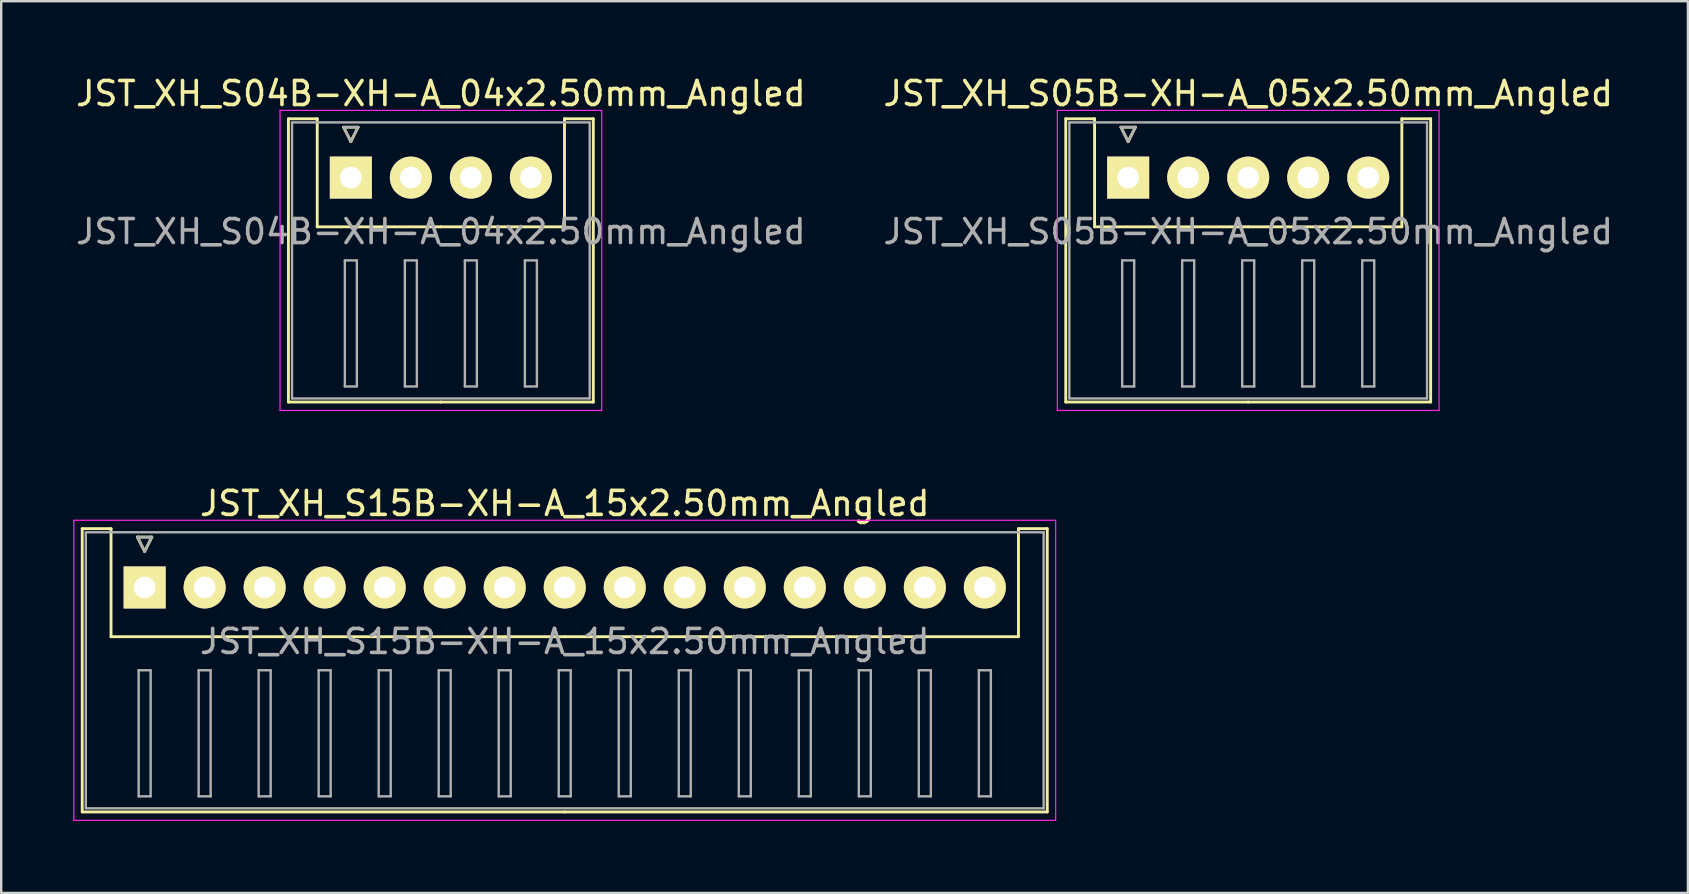
<source format=kicad_pcb>
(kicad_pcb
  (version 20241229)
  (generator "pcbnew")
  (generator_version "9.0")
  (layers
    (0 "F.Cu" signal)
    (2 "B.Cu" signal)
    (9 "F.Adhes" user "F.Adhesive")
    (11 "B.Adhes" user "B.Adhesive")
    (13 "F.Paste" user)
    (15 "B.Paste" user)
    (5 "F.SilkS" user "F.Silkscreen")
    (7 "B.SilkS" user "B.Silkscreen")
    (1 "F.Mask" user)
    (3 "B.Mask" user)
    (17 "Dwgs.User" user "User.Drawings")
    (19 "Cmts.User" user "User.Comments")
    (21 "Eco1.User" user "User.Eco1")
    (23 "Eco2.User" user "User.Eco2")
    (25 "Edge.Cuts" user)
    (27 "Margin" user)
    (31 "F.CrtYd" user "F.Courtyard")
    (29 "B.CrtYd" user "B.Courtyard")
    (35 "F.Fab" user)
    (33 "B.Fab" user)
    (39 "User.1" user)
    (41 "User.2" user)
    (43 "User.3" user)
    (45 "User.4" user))
  (footprint "JST_XH_S04B-XH-A_04x2.50mm_Angled"
    (layer "F.Cu")
    (at 11.565 4.348)
    (property "Reference" "JST_XH_S04B-XH-A_04x2.50mm_Angled" (at 3.75 -3.5 0) (layer "F.SilkS") (effects (font (size 1 1) (thickness 0.15))))
    (attr through_hole)
    (fp_line (start -2.6 -2.45) (end -1.4 -2.45) (stroke (width 0.12) (type solid)) (layer "F.SilkS"))
    (fp_line (start -2.6 9.35) (end -2.6 -2.45) (stroke (width 0.12) (type solid)) (layer "F.SilkS"))
    (fp_line (start -1.4 -2.45) (end -1.4 2.05) (stroke (width 0.12) (type solid)) (layer "F.SilkS"))
    (fp_line (start -1.4 2.05) (end 3.75 2.05) (stroke (width 0.12) (type solid)) (layer "F.SilkS"))
    (fp_line (start -0.3 -2.1) (end 0.3 -2.1) (stroke (width 0.12) (type solid)) (layer "F.SilkS"))
    (fp_line (start 0 -1.5) (end -0.3 -2.1) (stroke (width 0.12) (type solid)) (layer "F.SilkS"))
    (fp_line (start 0.3 -2.1) (end 0 -1.5) (stroke (width 0.12) (type solid)) (layer "F.SilkS"))
    (fp_line (start 3.75 9.35) (end -2.6 9.35) (stroke (width 0.12) (type solid)) (layer "F.SilkS"))
    (fp_line (start 3.75 9.35) (end 10.1 9.35) (stroke (width 0.12) (type solid)) (layer "F.SilkS"))
    (fp_line (start 8.9 -2.45) (end 8.9 2.05) (stroke (width 0.12) (type solid)) (layer "F.SilkS"))
    (fp_line (start 8.9 2.05) (end 3.75 2.05) (stroke (width 0.12) (type solid)) (layer "F.SilkS"))
    (fp_line (start 10.1 -2.45) (end 8.9 -2.45) (stroke (width 0.12) (type solid)) (layer "F.SilkS"))
    (fp_line (start 10.1 9.35) (end 10.1 -2.45) (stroke (width 0.12) (type solid)) (layer "F.SilkS"))
    (fp_line (start -2.95 -2.8) (end -2.95 9.7) (stroke (width 0.05) (type solid)) (layer "F.CrtYd"))
    (fp_line (start -2.95 9.7) (end 10.45 9.7) (stroke (width 0.05) (type solid)) (layer "F.CrtYd"))
    (fp_line (start 10.45 -2.8) (end -2.95 -2.8) (stroke (width 0.05) (type solid)) (layer "F.CrtYd"))
    (fp_line (start 10.45 9.7) (end 10.45 -2.8) (stroke (width 0.05) (type solid)) (layer "F.CrtYd"))
    (fp_line (start -2.45 -2.3) (end -2.45 9.2) (stroke (width 0.1) (type solid)) (layer "F.Fab"))
    (fp_line (start -2.45 9.2) (end 9.95 9.2) (stroke (width 0.1) (type solid)) (layer "F.Fab"))
    (fp_line (start -0.3 -2.1) (end 0.3 -2.1) (stroke (width 0.1) (type solid)) (layer "F.Fab"))
    (fp_line (start -0.25 3.45) (end -0.25 8.7) (stroke (width 0.1) (type solid)) (layer "F.Fab"))
    (fp_line (start -0.25 8.7) (end 0.25 8.7) (stroke (width 0.1) (type solid)) (layer "F.Fab"))
    (fp_line (start 0 -1.5) (end -0.3 -2.1) (stroke (width 0.1) (type solid)) (layer "F.Fab"))
    (fp_line (start 0.25 3.45) (end -0.25 3.45) (stroke (width 0.1) (type solid)) (layer "F.Fab"))
    (fp_line (start 0.25 8.7) (end 0.25 3.45) (stroke (width 0.1) (type solid)) (layer "F.Fab"))
    (fp_line (start 0.3 -2.1) (end 0 -1.5) (stroke (width 0.1) (type solid)) (layer "F.Fab"))
    (fp_line (start 2.25 3.45) (end 2.25 8.7) (stroke (width 0.1) (type solid)) (layer "F.Fab"))
    (fp_line (start 2.25 8.7) (end 2.75 8.7) (stroke (width 0.1) (type solid)) (layer "F.Fab"))
    (fp_line (start 2.75 3.45) (end 2.25 3.45) (stroke (width 0.1) (type solid)) (layer "F.Fab"))
    (fp_line (start 2.75 8.7) (end 2.75 3.45) (stroke (width 0.1) (type solid)) (layer "F.Fab"))
    (fp_line (start 4.75 3.45) (end 4.75 8.7) (stroke (width 0.1) (type solid)) (layer "F.Fab"))
    (fp_line (start 4.75 8.7) (end 5.25 8.7) (stroke (width 0.1) (type solid)) (layer "F.Fab"))
    (fp_line (start 5.25 3.45) (end 4.75 3.45) (stroke (width 0.1) (type solid)) (layer "F.Fab"))
    (fp_line (start 5.25 8.7) (end 5.25 3.45) (stroke (width 0.1) (type solid)) (layer "F.Fab"))
    (fp_line (start 7.25 3.45) (end 7.25 8.7) (stroke (width 0.1) (type solid)) (layer "F.Fab"))
    (fp_line (start 7.25 8.7) (end 7.75 8.7) (stroke (width 0.1) (type solid)) (layer "F.Fab"))
    (fp_line (start 7.75 3.45) (end 7.25 3.45) (stroke (width 0.1) (type solid)) (layer "F.Fab"))
    (fp_line (start 7.75 8.7) (end 7.75 3.45) (stroke (width 0.1) (type solid)) (layer "F.Fab"))
    (fp_line (start 9.95 -2.3) (end -2.45 -2.3) (stroke (width 0.1) (type solid)) (layer "F.Fab"))
    (fp_line (start 9.95 9.2) (end 9.95 -2.3) (stroke (width 0.1) (type solid)) (layer "F.Fab"))
    (fp_text user "${REFERENCE}" (at 3.75 2.25 0) (layer "F.Fab") (effects (font (size 1 1) (thickness 0.15))))
    (pad "1" thru_hole rect (at 0 0) (size 1.75 1.75) (drill 0.9) (layers "*.Cu" "*.Mask" "F.SilkS"))
    (pad "2" thru_hole circle (at 2.5 0) (size 1.75 1.75) (drill 0.9) (layers "*.Cu" "*.Mask" "F.SilkS"))
    (pad "3" thru_hole circle (at 5 0) (size 1.75 1.75) (drill 0.9) (layers "*.Cu" "*.Mask" "F.SilkS"))
    (pad "4" thru_hole circle (at 7.5 0) (size 1.75 1.75) (drill 0.9) (layers "*.Cu" "*.Mask" "F.SilkS")))
  (footprint "JST_XH_S15B-XH-A_15x2.50mm_Angled"
    (layer "F.Cu")
    (at 2.975 21.422)
    (property "Reference" "JST_XH_S15B-XH-A_15x2.50mm_Angled" (at 17.5 -3.5 0) (layer "F.SilkS") (effects (font (size 1 1) (thickness 0.15))))
    (attr through_hole)
    (fp_line (start -2.6 -2.45) (end -1.4 -2.45) (stroke (width 0.12) (type solid)) (layer "F.SilkS"))
    (fp_line (start -2.6 9.35) (end -2.6 -2.45) (stroke (width 0.12) (type solid)) (layer "F.SilkS"))
    (fp_line (start -1.4 -2.45) (end -1.4 2.05) (stroke (width 0.12) (type solid)) (layer "F.SilkS"))
    (fp_line (start -1.4 2.05) (end 17.5 2.05) (stroke (width 0.12) (type solid)) (layer "F.SilkS"))
    (fp_line (start -0.3 -2.1) (end 0.3 -2.1) (stroke (width 0.12) (type solid)) (layer "F.SilkS"))
    (fp_line (start 0 -1.5) (end -0.3 -2.1) (stroke (width 0.12) (type solid)) (layer "F.SilkS"))
    (fp_line (start 0.3 -2.1) (end 0 -1.5) (stroke (width 0.12) (type solid)) (layer "F.SilkS"))
    (fp_line (start 17.5 9.35) (end -2.6 9.35) (stroke (width 0.12) (type solid)) (layer "F.SilkS"))
    (fp_line (start 17.5 9.35) (end 37.6 9.35) (stroke (width 0.12) (type solid)) (layer "F.SilkS"))
    (fp_line (start 36.4 -2.45) (end 36.4 2.05) (stroke (width 0.12) (type solid)) (layer "F.SilkS"))
    (fp_line (start 36.4 2.05) (end 17.5 2.05) (stroke (width 0.12) (type solid)) (layer "F.SilkS"))
    (fp_line (start 37.6 -2.45) (end 36.4 -2.45) (stroke (width 0.12) (type solid)) (layer "F.SilkS"))
    (fp_line (start 37.6 9.35) (end 37.6 -2.45) (stroke (width 0.12) (type solid)) (layer "F.SilkS"))
    (fp_line (start -2.95 -2.8) (end -2.95 9.7) (stroke (width 0.05) (type solid)) (layer "F.CrtYd"))
    (fp_line (start -2.95 9.7) (end 37.95 9.7) (stroke (width 0.05) (type solid)) (layer "F.CrtYd"))
    (fp_line (start 37.95 -2.8) (end -2.95 -2.8) (stroke (width 0.05) (type solid)) (layer "F.CrtYd"))
    (fp_line (start 37.95 9.7) (end 37.95 -2.8) (stroke (width 0.05) (type solid)) (layer "F.CrtYd"))
    (fp_line (start -2.45 -2.3) (end -2.45 9.2) (stroke (width 0.1) (type solid)) (layer "F.Fab"))
    (fp_line (start -2.45 9.2) (end 37.45 9.2) (stroke (width 0.1) (type solid)) (layer "F.Fab"))
    (fp_line (start -0.3 -2.1) (end 0.3 -2.1) (stroke (width 0.1) (type solid)) (layer "F.Fab"))
    (fp_line (start -0.25 3.45) (end -0.25 8.7) (stroke (width 0.1) (type solid)) (layer "F.Fab"))
    (fp_line (start -0.25 8.7) (end 0.25 8.7) (stroke (width 0.1) (type solid)) (layer "F.Fab"))
    (fp_line (start 0 -1.5) (end -0.3 -2.1) (stroke (width 0.1) (type solid)) (layer "F.Fab"))
    (fp_line (start 0.25 3.45) (end -0.25 3.45) (stroke (width 0.1) (type solid)) (layer "F.Fab"))
    (fp_line (start 0.25 8.7) (end 0.25 3.45) (stroke (width 0.1) (type solid)) (layer "F.Fab"))
    (fp_line (start 0.3 -2.1) (end 0 -1.5) (stroke (width 0.1) (type solid)) (layer "F.Fab"))
    (fp_line (start 2.25 3.45) (end 2.25 8.7) (stroke (width 0.1) (type solid)) (layer "F.Fab"))
    (fp_line (start 2.25 8.7) (end 2.75 8.7) (stroke (width 0.1) (type solid)) (layer "F.Fab"))
    (fp_line (start 2.75 3.45) (end 2.25 3.45) (stroke (width 0.1) (type solid)) (layer "F.Fab"))
    (fp_line (start 2.75 8.7) (end 2.75 3.45) (stroke (width 0.1) (type solid)) (layer "F.Fab"))
    (fp_line (start 4.75 3.45) (end 4.75 8.7) (stroke (width 0.1) (type solid)) (layer "F.Fab"))
    (fp_line (start 4.75 8.7) (end 5.25 8.7) (stroke (width 0.1) (type solid)) (layer "F.Fab"))
    (fp_line (start 5.25 3.45) (end 4.75 3.45) (stroke (width 0.1) (type solid)) (layer "F.Fab"))
    (fp_line (start 5.25 8.7) (end 5.25 3.45) (stroke (width 0.1) (type solid)) (layer "F.Fab"))
    (fp_line (start 7.25 3.45) (end 7.25 8.7) (stroke (width 0.1) (type solid)) (layer "F.Fab"))
    (fp_line (start 7.25 8.7) (end 7.75 8.7) (stroke (width 0.1) (type solid)) (layer "F.Fab"))
    (fp_line (start 7.75 3.45) (end 7.25 3.45) (stroke (width 0.1) (type solid)) (layer "F.Fab"))
    (fp_line (start 7.75 8.7) (end 7.75 3.45) (stroke (width 0.1) (type solid)) (layer "F.Fab"))
    (fp_line (start 9.75 3.45) (end 9.75 8.7) (stroke (width 0.1) (type solid)) (layer "F.Fab"))
    (fp_line (start 9.75 8.7) (end 10.25 8.7) (stroke (width 0.1) (type solid)) (layer "F.Fab"))
    (fp_line (start 10.25 3.45) (end 9.75 3.45) (stroke (width 0.1) (type solid)) (layer "F.Fab"))
    (fp_line (start 10.25 8.7) (end 10.25 3.45) (stroke (width 0.1) (type solid)) (layer "F.Fab"))
    (fp_line (start 12.25 3.45) (end 12.25 8.7) (stroke (width 0.1) (type solid)) (layer "F.Fab"))
    (fp_line (start 12.25 8.7) (end 12.75 8.7) (stroke (width 0.1) (type solid)) (layer "F.Fab"))
    (fp_line (start 12.75 3.45) (end 12.25 3.45) (stroke (width 0.1) (type solid)) (layer "F.Fab"))
    (fp_line (start 12.75 8.7) (end 12.75 3.45) (stroke (width 0.1) (type solid)) (layer "F.Fab"))
    (fp_line (start 14.75 3.45) (end 14.75 8.7) (stroke (width 0.1) (type solid)) (layer "F.Fab"))
    (fp_line (start 14.75 8.7) (end 15.25 8.7) (stroke (width 0.1) (type solid)) (layer "F.Fab"))
    (fp_line (start 15.25 3.45) (end 14.75 3.45) (stroke (width 0.1) (type solid)) (layer "F.Fab"))
    (fp_line (start 15.25 8.7) (end 15.25 3.45) (stroke (width 0.1) (type solid)) (layer "F.Fab"))
    (fp_line (start 17.25 3.45) (end 17.25 8.7) (stroke (width 0.1) (type solid)) (layer "F.Fab"))
    (fp_line (start 17.25 8.7) (end 17.75 8.7) (stroke (width 0.1) (type solid)) (layer "F.Fab"))
    (fp_line (start 17.75 3.45) (end 17.25 3.45) (stroke (width 0.1) (type solid)) (layer "F.Fab"))
    (fp_line (start 17.75 8.7) (end 17.75 3.45) (stroke (width 0.1) (type solid)) (layer "F.Fab"))
    (fp_line (start 19.75 3.45) (end 19.75 8.7) (stroke (width 0.1) (type solid)) (layer "F.Fab"))
    (fp_line (start 19.75 8.7) (end 20.25 8.7) (stroke (width 0.1) (type solid)) (layer "F.Fab"))
    (fp_line (start 20.25 3.45) (end 19.75 3.45) (stroke (width 0.1) (type solid)) (layer "F.Fab"))
    (fp_line (start 20.25 8.7) (end 20.25 3.45) (stroke (width 0.1) (type solid)) (layer "F.Fab"))
    (fp_line (start 22.25 3.45) (end 22.25 8.7) (stroke (width 0.1) (type solid)) (layer "F.Fab"))
    (fp_line (start 22.25 8.7) (end 22.75 8.7) (stroke (width 0.1) (type solid)) (layer "F.Fab"))
    (fp_line (start 22.75 3.45) (end 22.25 3.45) (stroke (width 0.1) (type solid)) (layer "F.Fab"))
    (fp_line (start 22.75 8.7) (end 22.75 3.45) (stroke (width 0.1) (type solid)) (layer "F.Fab"))
    (fp_line (start 24.75 3.45) (end 24.75 8.7) (stroke (width 0.1) (type solid)) (layer "F.Fab"))
    (fp_line (start 24.75 8.7) (end 25.25 8.7) (stroke (width 0.1) (type solid)) (layer "F.Fab"))
    (fp_line (start 25.25 3.45) (end 24.75 3.45) (stroke (width 0.1) (type solid)) (layer "F.Fab"))
    (fp_line (start 25.25 8.7) (end 25.25 3.45) (stroke (width 0.1) (type solid)) (layer "F.Fab"))
    (fp_line (start 27.25 3.45) (end 27.25 8.7) (stroke (width 0.1) (type solid)) (layer "F.Fab"))
    (fp_line (start 27.25 8.7) (end 27.75 8.7) (stroke (width 0.1) (type solid)) (layer "F.Fab"))
    (fp_line (start 27.75 3.45) (end 27.25 3.45) (stroke (width 0.1) (type solid)) (layer "F.Fab"))
    (fp_line (start 27.75 8.7) (end 27.75 3.45) (stroke (width 0.1) (type solid)) (layer "F.Fab"))
    (fp_line (start 29.75 3.45) (end 29.75 8.7) (stroke (width 0.1) (type solid)) (layer "F.Fab"))
    (fp_line (start 29.75 8.7) (end 30.25 8.7) (stroke (width 0.1) (type solid)) (layer "F.Fab"))
    (fp_line (start 30.25 3.45) (end 29.75 3.45) (stroke (width 0.1) (type solid)) (layer "F.Fab"))
    (fp_line (start 30.25 8.7) (end 30.25 3.45) (stroke (width 0.1) (type solid)) (layer "F.Fab"))
    (fp_line (start 32.25 3.45) (end 32.25 8.7) (stroke (width 0.1) (type solid)) (layer "F.Fab"))
    (fp_line (start 32.25 8.7) (end 32.75 8.7) (stroke (width 0.1) (type solid)) (layer "F.Fab"))
    (fp_line (start 32.75 3.45) (end 32.25 3.45) (stroke (width 0.1) (type solid)) (layer "F.Fab"))
    (fp_line (start 32.75 8.7) (end 32.75 3.45) (stroke (width 0.1) (type solid)) (layer "F.Fab"))
    (fp_line (start 34.75 3.45) (end 34.75 8.7) (stroke (width 0.1) (type solid)) (layer "F.Fab"))
    (fp_line (start 34.75 8.7) (end 35.25 8.7) (stroke (width 0.1) (type solid)) (layer "F.Fab"))
    (fp_line (start 35.25 3.45) (end 34.75 3.45) (stroke (width 0.1) (type solid)) (layer "F.Fab"))
    (fp_line (start 35.25 8.7) (end 35.25 3.45) (stroke (width 0.1) (type solid)) (layer "F.Fab"))
    (fp_line (start 37.45 -2.3) (end -2.45 -2.3) (stroke (width 0.1) (type solid)) (layer "F.Fab"))
    (fp_line (start 37.45 9.2) (end 37.45 -2.3) (stroke (width 0.1) (type solid)) (layer "F.Fab"))
    (fp_text user "${REFERENCE}" (at 17.5 2.25 0) (layer "F.Fab") (effects (font (size 1 1) (thickness 0.15))))
    (pad "1" thru_hole rect (at 0 0) (size 1.75 1.75) (drill 0.9) (layers "*.Cu" "*.Mask" "F.SilkS"))
    (pad "2" thru_hole circle (at 2.5 0) (size 1.75 1.75) (drill 0.9) (layers "*.Cu" "*.Mask" "F.SilkS"))
    (pad "3" thru_hole circle (at 5 0) (size 1.75 1.75) (drill 0.9) (layers "*.Cu" "*.Mask" "F.SilkS"))
    (pad "4" thru_hole circle (at 7.5 0) (size 1.75 1.75) (drill 0.9) (layers "*.Cu" "*.Mask" "F.SilkS"))
    (pad "5" thru_hole circle (at 10 0) (size 1.75 1.75) (drill 0.9) (layers "*.Cu" "*.Mask" "F.SilkS"))
    (pad "6" thru_hole circle (at 12.5 0) (size 1.75 1.75) (drill 0.9) (layers "*.Cu" "*.Mask" "F.SilkS"))
    (pad "7" thru_hole circle (at 15 0) (size 1.75 1.75) (drill 0.9) (layers "*.Cu" "*.Mask" "F.SilkS"))
    (pad "8" thru_hole circle (at 17.5 0) (size 1.75 1.75) (drill 0.9) (layers "*.Cu" "*.Mask" "F.SilkS"))
    (pad "9" thru_hole circle (at 20 0) (size 1.75 1.75) (drill 0.9) (layers "*.Cu" "*.Mask" "F.SilkS"))
    (pad "10" thru_hole circle (at 22.5 0) (size 1.75 1.75) (drill 0.9) (layers "*.Cu" "*.Mask" "F.SilkS"))
    (pad "11" thru_hole circle (at 25 0) (size 1.75 1.75) (drill 0.9) (layers "*.Cu" "*.Mask" "F.SilkS"))
    (pad "12" thru_hole circle (at 27.5 0) (size 1.75 1.75) (drill 0.9) (layers "*.Cu" "*.Mask" "F.SilkS"))
    (pad "13" thru_hole circle (at 30 0) (size 1.75 1.75) (drill 0.9) (layers "*.Cu" "*.Mask" "F.SilkS"))
    (pad "14" thru_hole circle (at 32.5 0) (size 1.75 1.75) (drill 0.9) (layers "*.Cu" "*.Mask" "F.SilkS"))
    (pad "15" thru_hole circle (at 35 0) (size 1.75 1.75) (drill 0.9) (layers "*.Cu" "*.Mask" "F.SilkS")))
  (footprint "JST_XH_S05B-XH-A_05x2.50mm_Angled"
    (layer "F.Cu")
    (at 43.946 4.348)
    (property "Reference" "JST_XH_S05B-XH-A_05x2.50mm_Angled" (at 5 -3.5 0) (layer "F.SilkS") (effects (font (size 1 1) (thickness 0.15))))
    (attr through_hole)
    (fp_line (start -2.6 -2.45) (end -1.4 -2.45) (stroke (width 0.12) (type solid)) (layer "F.SilkS"))
    (fp_line (start -2.6 9.35) (end -2.6 -2.45) (stroke (width 0.12) (type solid)) (layer "F.SilkS"))
    (fp_line (start -1.4 -2.45) (end -1.4 2.05) (stroke (width 0.12) (type solid)) (layer "F.SilkS"))
    (fp_line (start -1.4 2.05) (end 5 2.05) (stroke (width 0.12) (type solid)) (layer "F.SilkS"))
    (fp_line (start -0.3 -2.1) (end 0.3 -2.1) (stroke (width 0.12) (type solid)) (layer "F.SilkS"))
    (fp_line (start 0 -1.5) (end -0.3 -2.1) (stroke (width 0.12) (type solid)) (layer "F.SilkS"))
    (fp_line (start 0.3 -2.1) (end 0 -1.5) (stroke (width 0.12) (type solid)) (layer "F.SilkS"))
    (fp_line (start 5 9.35) (end -2.6 9.35) (stroke (width 0.12) (type solid)) (layer "F.SilkS"))
    (fp_line (start 5 9.35) (end 12.6 9.35) (stroke (width 0.12) (type solid)) (layer "F.SilkS"))
    (fp_line (start 11.4 -2.45) (end 11.4 2.05) (stroke (width 0.12) (type solid)) (layer "F.SilkS"))
    (fp_line (start 11.4 2.05) (end 5 2.05) (stroke (width 0.12) (type solid)) (layer "F.SilkS"))
    (fp_line (start 12.6 -2.45) (end 11.4 -2.45) (stroke (width 0.12) (type solid)) (layer "F.SilkS"))
    (fp_line (start 12.6 9.35) (end 12.6 -2.45) (stroke (width 0.12) (type solid)) (layer "F.SilkS"))
    (fp_line (start -2.95 -2.8) (end -2.95 9.7) (stroke (width 0.05) (type solid)) (layer "F.CrtYd"))
    (fp_line (start -2.95 9.7) (end 12.95 9.7) (stroke (width 0.05) (type solid)) (layer "F.CrtYd"))
    (fp_line (start 12.95 -2.8) (end -2.95 -2.8) (stroke (width 0.05) (type solid)) (layer "F.CrtYd"))
    (fp_line (start 12.95 9.7) (end 12.95 -2.8) (stroke (width 0.05) (type solid)) (layer "F.CrtYd"))
    (fp_line (start -2.45 -2.3) (end -2.45 9.2) (stroke (width 0.1) (type solid)) (layer "F.Fab"))
    (fp_line (start -2.45 9.2) (end 12.45 9.2) (stroke (width 0.1) (type solid)) (layer "F.Fab"))
    (fp_line (start -0.3 -2.1) (end 0.3 -2.1) (stroke (width 0.1) (type solid)) (layer "F.Fab"))
    (fp_line (start -0.25 3.45) (end -0.25 8.7) (stroke (width 0.1) (type solid)) (layer "F.Fab"))
    (fp_line (start -0.25 8.7) (end 0.25 8.7) (stroke (width 0.1) (type solid)) (layer "F.Fab"))
    (fp_line (start 0 -1.5) (end -0.3 -2.1) (stroke (width 0.1) (type solid)) (layer "F.Fab"))
    (fp_line (start 0.25 3.45) (end -0.25 3.45) (stroke (width 0.1) (type solid)) (layer "F.Fab"))
    (fp_line (start 0.25 8.7) (end 0.25 3.45) (stroke (width 0.1) (type solid)) (layer "F.Fab"))
    (fp_line (start 0.3 -2.1) (end 0 -1.5) (stroke (width 0.1) (type solid)) (layer "F.Fab"))
    (fp_line (start 2.25 3.45) (end 2.25 8.7) (stroke (width 0.1) (type solid)) (layer "F.Fab"))
    (fp_line (start 2.25 8.7) (end 2.75 8.7) (stroke (width 0.1) (type solid)) (layer "F.Fab"))
    (fp_line (start 2.75 3.45) (end 2.25 3.45) (stroke (width 0.1) (type solid)) (layer "F.Fab"))
    (fp_line (start 2.75 8.7) (end 2.75 3.45) (stroke (width 0.1) (type solid)) (layer "F.Fab"))
    (fp_line (start 4.75 3.45) (end 4.75 8.7) (stroke (width 0.1) (type solid)) (layer "F.Fab"))
    (fp_line (start 4.75 8.7) (end 5.25 8.7) (stroke (width 0.1) (type solid)) (layer "F.Fab"))
    (fp_line (start 5.25 3.45) (end 4.75 3.45) (stroke (width 0.1) (type solid)) (layer "F.Fab"))
    (fp_line (start 5.25 8.7) (end 5.25 3.45) (stroke (width 0.1) (type solid)) (layer "F.Fab"))
    (fp_line (start 7.25 3.45) (end 7.25 8.7) (stroke (width 0.1) (type solid)) (layer "F.Fab"))
    (fp_line (start 7.25 8.7) (end 7.75 8.7) (stroke (width 0.1) (type solid)) (layer "F.Fab"))
    (fp_line (start 7.75 3.45) (end 7.25 3.45) (stroke (width 0.1) (type solid)) (layer "F.Fab"))
    (fp_line (start 7.75 8.7) (end 7.75 3.45) (stroke (width 0.1) (type solid)) (layer "F.Fab"))
    (fp_line (start 9.75 3.45) (end 9.75 8.7) (stroke (width 0.1) (type solid)) (layer "F.Fab"))
    (fp_line (start 9.75 8.7) (end 10.25 8.7) (stroke (width 0.1) (type solid)) (layer "F.Fab"))
    (fp_line (start 10.25 3.45) (end 9.75 3.45) (stroke (width 0.1) (type solid)) (layer "F.Fab"))
    (fp_line (start 10.25 8.7) (end 10.25 3.45) (stroke (width 0.1) (type solid)) (layer "F.Fab"))
    (fp_line (start 12.45 -2.3) (end -2.45 -2.3) (stroke (width 0.1) (type solid)) (layer "F.Fab"))
    (fp_line (start 12.45 9.2) (end 12.45 -2.3) (stroke (width 0.1) (type solid)) (layer "F.Fab"))
    (fp_text user "${REFERENCE}" (at 5 2.25 0) (layer "F.Fab") (effects (font (size 1 1) (thickness 0.15))))
    (pad "1" thru_hole rect (at 0 0) (size 1.75 1.75) (drill 0.9) (layers "*.Cu" "*.Mask" "F.SilkS"))
    (pad "2" thru_hole circle (at 2.5 0) (size 1.75 1.75) (drill 0.9) (layers "*.Cu" "*.Mask" "F.SilkS"))
    (pad "3" thru_hole circle (at 5 0) (size 1.75 1.75) (drill 0.9) (layers "*.Cu" "*.Mask" "F.SilkS"))
    (pad "4" thru_hole circle (at 7.5 0) (size 1.75 1.75) (drill 0.9) (layers "*.Cu" "*.Mask" "F.SilkS"))
    (pad "5" thru_hole circle (at 10 0) (size 1.75 1.75) (drill 0.9) (layers "*.Cu" "*.Mask" "F.SilkS")))
  (gr_rect
    (start -3 -3)
    (end 67.262 34.147)
    (stroke (width 0.1) (type default))
    (fill no)
    (layer "Edge.Cuts")))
</source>
